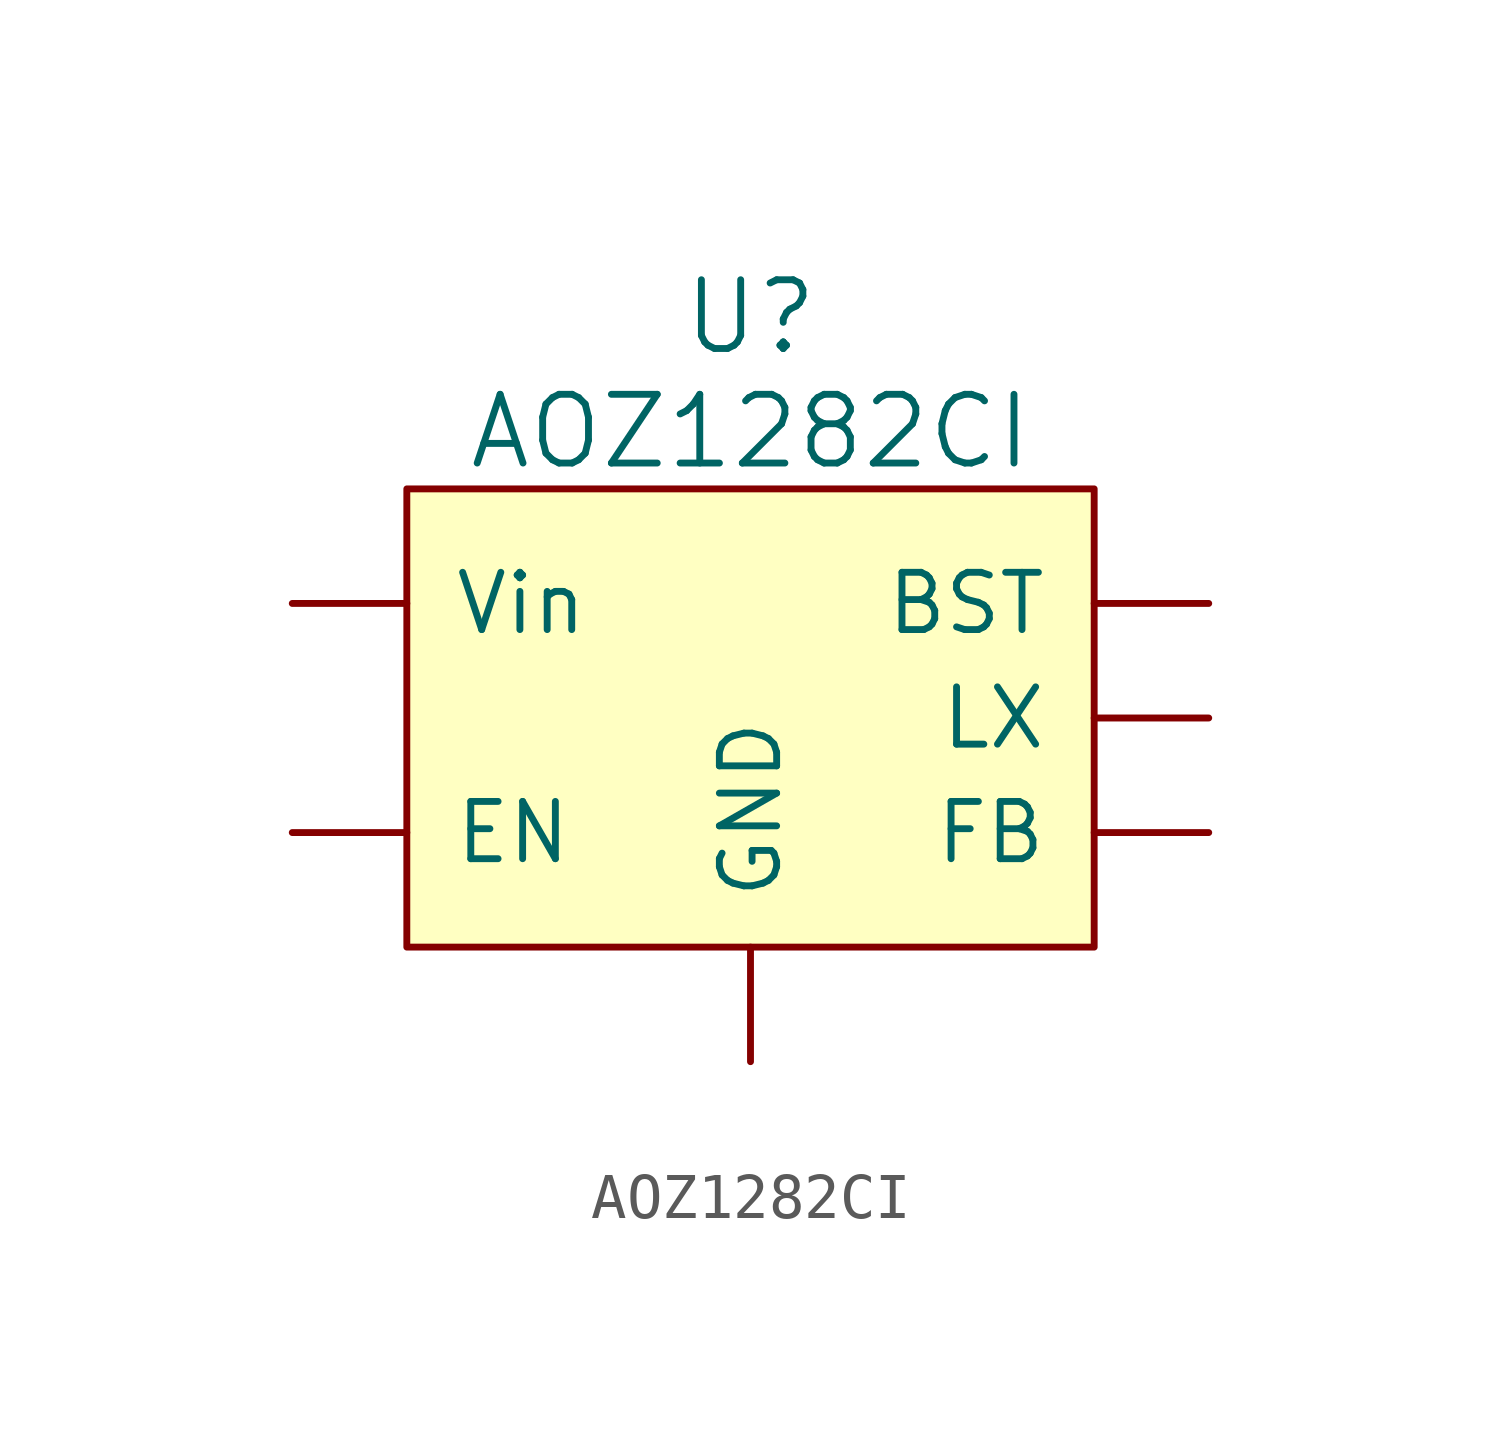
<source format=kicad_sym>
(kicad_symbol_lib
  (version 20241209)
  (generator "kicad_symbol_editor")
  (generator_version "9.0")
  (symbol "AOZ1282CI"
    (pin_numbers
      (hide yes))
    (pin_names
      (offset 1.016))
    (property "Reference" "U"
      (at 0 8.89 0)
      (effects (font (size 1.524 1.524))))
    (property "Value" "AOZ1282CI"
      (at 0 6.35 0)
      (effects (font (size 1.524 1.524))))
    (symbol "AOZ1282CI_0_1"
      (rectangle (start -7.62 5.08) (end 7.62 -5.08) (stroke (width 0) (type default)) (fill (type background))))
    (symbol "AOZ1282CI_1_1"
      (pin input line (at -10.16 2.54 0) (length 2.54) (name "Vin" (effects (font (size 1.27 1.27)))) (number "5" (effects (font (size 1.27 1.27)))))
      (pin input line (at -10.16 -2.54 0) (length 2.54) (name "EN" (effects (font (size 1.27 1.27)))) (number "4" (effects (font (size 1.27 1.27)))))
      (pin input line (at 0 -7.62 90) (length 2.54) (name "GND" (effects (font (size 1.27 1.27)))) (number "2" (effects (font (size 1.27 1.27)))))
      (pin output line (at 10.16 2.54 180) (length 2.54) (name "BST" (effects (font (size 1.27 1.27)))) (number "1" (effects (font (size 1.27 1.27)))))
      (pin output line (at 10.16 0 180) (length 2.54) (name "LX" (effects (font (size 1.27 1.27)))) (number "6" (effects (font (size 1.27 1.27)))))
      (pin output line (at 10.16 -2.54 180) (length 2.54) (name "FB" (effects (font (size 1.27 1.27)))) (number "3" (effects (font (size 1.27 1.27))))))))
</source>
